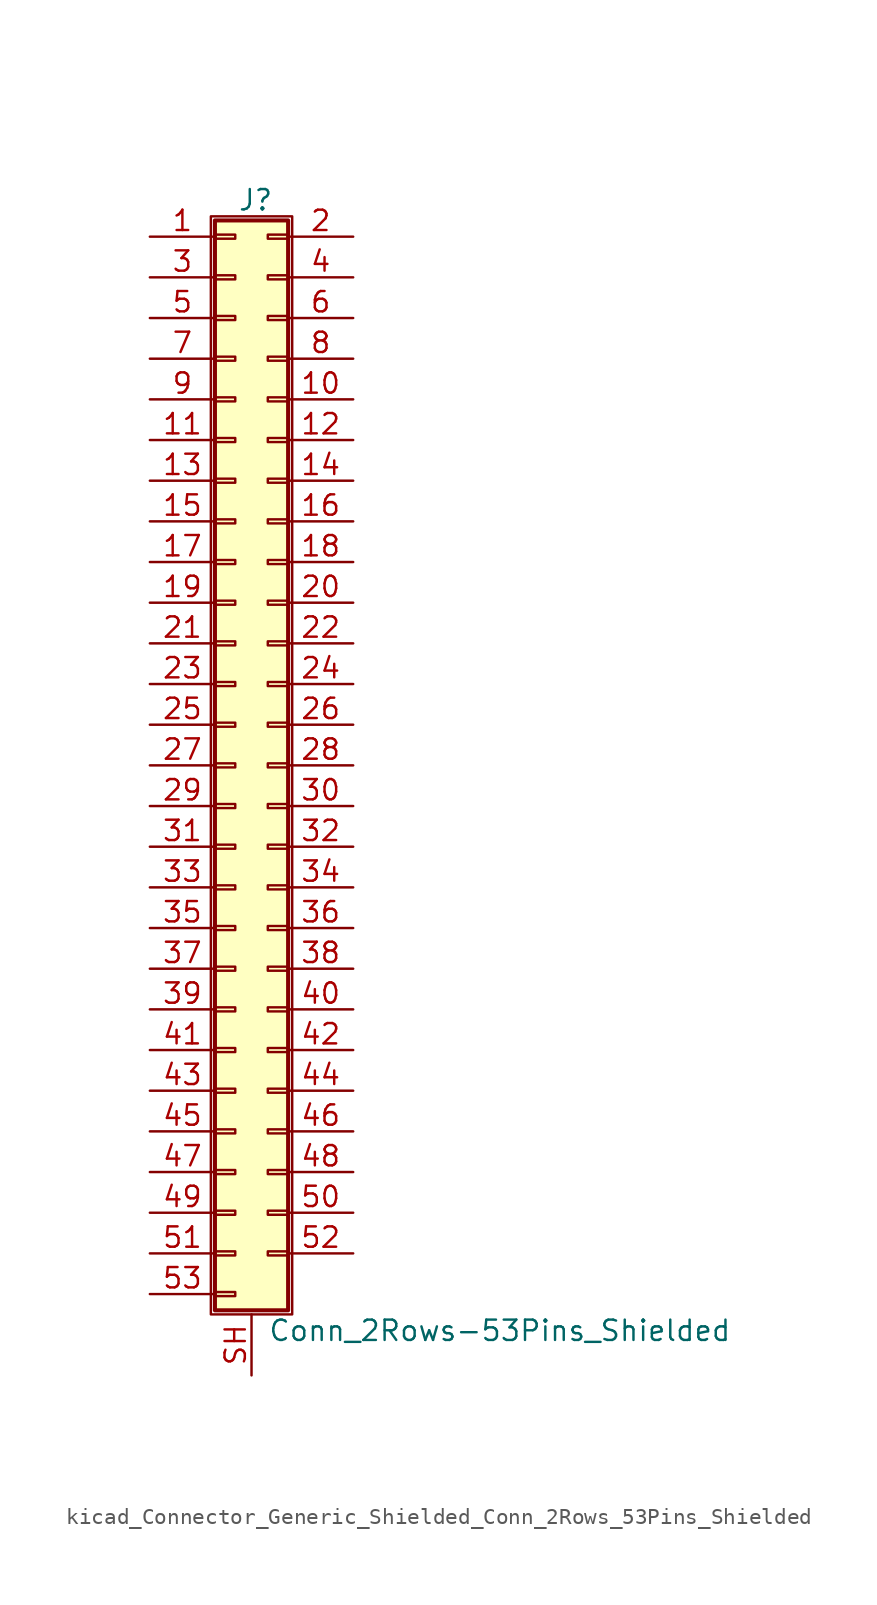
<source format=kicad_sym>
(kicad_symbol_lib
  (version 20220914)
  (generator kicad_symbol_editor)
  (symbol "kicad_Connector_Generic_Shielded_Conn_2Rows_53Pins_Shielded"
    (pin_names
      (offset 1.016) hide)
    (property "Reference" "J"
      (at 1.524 35.306 0)
      (effects (font (size 1.27 1.27))))
    (property "Value" "Conn_2Rows-53Pins_Shielded"
      (at 2.286 -35.306 0)
      (effects (font (size 1.27 1.27)) (justify left)))
    (symbol "kicad_Connector_Generic_Shielded_Conn_2Rows_53Pins_Shielded_1_1"
      (rectangle (start -1.27 34.29) (end 3.81 -34.29) (stroke (width 0.152) (type default)) (fill (type none)))
      (rectangle (start -1.016 -32.893) (end 0.254 -33.147) (stroke (width 0.152) (type default)) (fill (type none)))
      (rectangle (start -1.016 -30.353) (end 0.254 -30.607) (stroke (width 0.152) (type default)) (fill (type none)))
      (rectangle (start -1.016 -27.813) (end 0.254 -28.067) (stroke (width 0.152) (type default)) (fill (type none)))
      (rectangle (start -1.016 -25.273) (end 0.254 -25.527) (stroke (width 0.152) (type default)) (fill (type none)))
      (rectangle (start -1.016 -22.733) (end 0.254 -22.987) (stroke (width 0.152) (type default)) (fill (type none)))
      (rectangle (start -1.016 -20.193) (end 0.254 -20.447) (stroke (width 0.152) (type default)) (fill (type none)))
      (rectangle (start -1.016 -17.653) (end 0.254 -17.907) (stroke (width 0.152) (type default)) (fill (type none)))
      (rectangle (start -1.016 -15.113) (end 0.254 -15.367) (stroke (width 0.152) (type default)) (fill (type none)))
      (rectangle (start -1.016 -12.573) (end 0.254 -12.827) (stroke (width 0.152) (type default)) (fill (type none)))
      (rectangle (start -1.016 -10.033) (end 0.254 -10.287) (stroke (width 0.152) (type default)) (fill (type none)))
      (rectangle (start -1.016 -7.493) (end 0.254 -7.747) (stroke (width 0.152) (type default)) (fill (type none)))
      (rectangle (start -1.016 -4.953) (end 0.254 -5.207) (stroke (width 0.152) (type default)) (fill (type none)))
      (rectangle (start -1.016 -2.413) (end 0.254 -2.667) (stroke (width 0.152) (type default)) (fill (type none)))
      (rectangle (start -1.016 0.127) (end 0.254 -0.127) (stroke (width 0.152) (type default)) (fill (type none)))
      (rectangle (start -1.016 2.667) (end 0.254 2.413) (stroke (width 0.152) (type default)) (fill (type none)))
      (rectangle (start -1.016 5.207) (end 0.254 4.953) (stroke (width 0.152) (type default)) (fill (type none)))
      (rectangle (start -1.016 7.747) (end 0.254 7.493) (stroke (width 0.152) (type default)) (fill (type none)))
      (rectangle (start -1.016 10.287) (end 0.254 10.033) (stroke (width 0.152) (type default)) (fill (type none)))
      (rectangle (start -1.016 12.827) (end 0.254 12.573) (stroke (width 0.152) (type default)) (fill (type none)))
      (rectangle (start -1.016 15.367) (end 0.254 15.113) (stroke (width 0.152) (type default)) (fill (type none)))
      (rectangle (start -1.016 17.907) (end 0.254 17.653) (stroke (width 0.152) (type default)) (fill (type none)))
      (rectangle (start -1.016 20.447) (end 0.254 20.193) (stroke (width 0.152) (type default)) (fill (type none)))
      (rectangle (start -1.016 22.987) (end 0.254 22.733) (stroke (width 0.152) (type default)) (fill (type none)))
      (rectangle (start -1.016 25.527) (end 0.254 25.273) (stroke (width 0.152) (type default)) (fill (type none)))
      (rectangle (start -1.016 28.067) (end 0.254 27.813) (stroke (width 0.152) (type default)) (fill (type none)))
      (rectangle (start -1.016 30.607) (end 0.254 30.353) (stroke (width 0.152) (type default)) (fill (type none)))
      (rectangle (start -1.016 33.147) (end 0.254 32.893) (stroke (width 0.152) (type default)) (fill (type none)))
      (rectangle (start -1.016 34.036) (end 3.556 -34.036) (stroke (width 0.254) (type default)) (fill (type background)))
      (rectangle (start 3.556 -30.353) (end 2.286 -30.607) (stroke (width 0.152) (type default)) (fill (type none)))
      (rectangle (start 3.556 -27.813) (end 2.286 -28.067) (stroke (width 0.152) (type default)) (fill (type none)))
      (rectangle (start 3.556 -25.273) (end 2.286 -25.527) (stroke (width 0.152) (type default)) (fill (type none)))
      (rectangle (start 3.556 -22.733) (end 2.286 -22.987) (stroke (width 0.152) (type default)) (fill (type none)))
      (rectangle (start 3.556 -20.193) (end 2.286 -20.447) (stroke (width 0.152) (type default)) (fill (type none)))
      (rectangle (start 3.556 -17.653) (end 2.286 -17.907) (stroke (width 0.152) (type default)) (fill (type none)))
      (rectangle (start 3.556 -15.113) (end 2.286 -15.367) (stroke (width 0.152) (type default)) (fill (type none)))
      (rectangle (start 3.556 -12.573) (end 2.286 -12.827) (stroke (width 0.152) (type default)) (fill (type none)))
      (rectangle (start 3.556 -10.033) (end 2.286 -10.287) (stroke (width 0.152) (type default)) (fill (type none)))
      (rectangle (start 3.556 -7.493) (end 2.286 -7.747) (stroke (width 0.152) (type default)) (fill (type none)))
      (rectangle (start 3.556 -4.953) (end 2.286 -5.207) (stroke (width 0.152) (type default)) (fill (type none)))
      (rectangle (start 3.556 -2.413) (end 2.286 -2.667) (stroke (width 0.152) (type default)) (fill (type none)))
      (rectangle (start 3.556 0.127) (end 2.286 -0.127) (stroke (width 0.152) (type default)) (fill (type none)))
      (rectangle (start 3.556 2.667) (end 2.286 2.413) (stroke (width 0.152) (type default)) (fill (type none)))
      (rectangle (start 3.556 5.207) (end 2.286 4.953) (stroke (width 0.152) (type default)) (fill (type none)))
      (rectangle (start 3.556 7.747) (end 2.286 7.493) (stroke (width 0.152) (type default)) (fill (type none)))
      (rectangle (start 3.556 10.287) (end 2.286 10.033) (stroke (width 0.152) (type default)) (fill (type none)))
      (rectangle (start 3.556 12.827) (end 2.286 12.573) (stroke (width 0.152) (type default)) (fill (type none)))
      (rectangle (start 3.556 15.367) (end 2.286 15.113) (stroke (width 0.152) (type default)) (fill (type none)))
      (rectangle (start 3.556 17.907) (end 2.286 17.653) (stroke (width 0.152) (type default)) (fill (type none)))
      (rectangle (start 3.556 20.447) (end 2.286 20.193) (stroke (width 0.152) (type default)) (fill (type none)))
      (rectangle (start 3.556 22.987) (end 2.286 22.733) (stroke (width 0.152) (type default)) (fill (type none)))
      (rectangle (start 3.556 25.527) (end 2.286 25.273) (stroke (width 0.152) (type default)) (fill (type none)))
      (rectangle (start 3.556 28.067) (end 2.286 27.813) (stroke (width 0.152) (type default)) (fill (type none)))
      (rectangle (start 3.556 30.607) (end 2.286 30.353) (stroke (width 0.152) (type default)) (fill (type none)))
      (rectangle (start 3.556 33.147) (end 2.286 32.893) (stroke (width 0.152) (type default)) (fill (type none)))
      (pin passive line (at -5.08 33.02 0) (length 4.064) (name "Pin_1" (effects (font (size 1.27 1.27)))) (number "1" (effects (font (size 1.27 1.27)))))
      (pin passive line (at 7.62 22.86 180) (length 4.064) (name "Pin_10" (effects (font (size 1.27 1.27)))) (number "10" (effects (font (size 1.27 1.27)))))
      (pin passive line (at -5.08 20.32 0) (length 4.064) (name "Pin_11" (effects (font (size 1.27 1.27)))) (number "11" (effects (font (size 1.27 1.27)))))
      (pin passive line (at 7.62 20.32 180) (length 4.064) (name "Pin_12" (effects (font (size 1.27 1.27)))) (number "12" (effects (font (size 1.27 1.27)))))
      (pin passive line (at -5.08 17.78 0) (length 4.064) (name "Pin_13" (effects (font (size 1.27 1.27)))) (number "13" (effects (font (size 1.27 1.27)))))
      (pin passive line (at 7.62 17.78 180) (length 4.064) (name "Pin_14" (effects (font (size 1.27 1.27)))) (number "14" (effects (font (size 1.27 1.27)))))
      (pin passive line (at -5.08 15.24 0) (length 4.064) (name "Pin_15" (effects (font (size 1.27 1.27)))) (number "15" (effects (font (size 1.27 1.27)))))
      (pin passive line (at 7.62 15.24 180) (length 4.064) (name "Pin_16" (effects (font (size 1.27 1.27)))) (number "16" (effects (font (size 1.27 1.27)))))
      (pin passive line (at -5.08 12.7 0) (length 4.064) (name "Pin_17" (effects (font (size 1.27 1.27)))) (number "17" (effects (font (size 1.27 1.27)))))
      (pin passive line (at 7.62 12.7 180) (length 4.064) (name "Pin_18" (effects (font (size 1.27 1.27)))) (number "18" (effects (font (size 1.27 1.27)))))
      (pin passive line (at -5.08 10.16 0) (length 4.064) (name "Pin_19" (effects (font (size 1.27 1.27)))) (number "19" (effects (font (size 1.27 1.27)))))
      (pin passive line (at 7.62 33.02 180) (length 4.064) (name "Pin_2" (effects (font (size 1.27 1.27)))) (number "2" (effects (font (size 1.27 1.27)))))
      (pin passive line (at 7.62 10.16 180) (length 4.064) (name "Pin_20" (effects (font (size 1.27 1.27)))) (number "20" (effects (font (size 1.27 1.27)))))
      (pin passive line (at -5.08 7.62 0) (length 4.064) (name "Pin_21" (effects (font (size 1.27 1.27)))) (number "21" (effects (font (size 1.27 1.27)))))
      (pin passive line (at 7.62 7.62 180) (length 4.064) (name "Pin_22" (effects (font (size 1.27 1.27)))) (number "22" (effects (font (size 1.27 1.27)))))
      (pin passive line (at -5.08 5.08 0) (length 4.064) (name "Pin_23" (effects (font (size 1.27 1.27)))) (number "23" (effects (font (size 1.27 1.27)))))
      (pin passive line (at 7.62 5.08 180) (length 4.064) (name "Pin_24" (effects (font (size 1.27 1.27)))) (number "24" (effects (font (size 1.27 1.27)))))
      (pin passive line (at -5.08 2.54 0) (length 4.064) (name "Pin_25" (effects (font (size 1.27 1.27)))) (number "25" (effects (font (size 1.27 1.27)))))
      (pin passive line (at 7.62 2.54 180) (length 4.064) (name "Pin_26" (effects (font (size 1.27 1.27)))) (number "26" (effects (font (size 1.27 1.27)))))
      (pin passive line (at -5.08 0 0) (length 4.064) (name "Pin_27" (effects (font (size 1.27 1.27)))) (number "27" (effects (font (size 1.27 1.27)))))
      (pin passive line (at 7.62 0 180) (length 4.064) (name "Pin_28" (effects (font (size 1.27 1.27)))) (number "28" (effects (font (size 1.27 1.27)))))
      (pin passive line (at -5.08 -2.54 0) (length 4.064) (name "Pin_29" (effects (font (size 1.27 1.27)))) (number "29" (effects (font (size 1.27 1.27)))))
      (pin passive line (at -5.08 30.48 0) (length 4.064) (name "Pin_3" (effects (font (size 1.27 1.27)))) (number "3" (effects (font (size 1.27 1.27)))))
      (pin passive line (at 7.62 -2.54 180) (length 4.064) (name "Pin_30" (effects (font (size 1.27 1.27)))) (number "30" (effects (font (size 1.27 1.27)))))
      (pin passive line (at -5.08 -5.08 0) (length 4.064) (name "Pin_31" (effects (font (size 1.27 1.27)))) (number "31" (effects (font (size 1.27 1.27)))))
      (pin passive line (at 7.62 -5.08 180) (length 4.064) (name "Pin_32" (effects (font (size 1.27 1.27)))) (number "32" (effects (font (size 1.27 1.27)))))
      (pin passive line (at -5.08 -7.62 0) (length 4.064) (name "Pin_33" (effects (font (size 1.27 1.27)))) (number "33" (effects (font (size 1.27 1.27)))))
      (pin passive line (at 7.62 -7.62 180) (length 4.064) (name "Pin_34" (effects (font (size 1.27 1.27)))) (number "34" (effects (font (size 1.27 1.27)))))
      (pin passive line (at -5.08 -10.16 0) (length 4.064) (name "Pin_35" (effects (font (size 1.27 1.27)))) (number "35" (effects (font (size 1.27 1.27)))))
      (pin passive line (at 7.62 -10.16 180) (length 4.064) (name "Pin_36" (effects (font (size 1.27 1.27)))) (number "36" (effects (font (size 1.27 1.27)))))
      (pin passive line (at -5.08 -12.7 0) (length 4.064) (name "Pin_37" (effects (font (size 1.27 1.27)))) (number "37" (effects (font (size 1.27 1.27)))))
      (pin passive line (at 7.62 -12.7 180) (length 4.064) (name "Pin_38" (effects (font (size 1.27 1.27)))) (number "38" (effects (font (size 1.27 1.27)))))
      (pin passive line (at -5.08 -15.24 0) (length 4.064) (name "Pin_39" (effects (font (size 1.27 1.27)))) (number "39" (effects (font (size 1.27 1.27)))))
      (pin passive line (at 7.62 30.48 180) (length 4.064) (name "Pin_4" (effects (font (size 1.27 1.27)))) (number "4" (effects (font (size 1.27 1.27)))))
      (pin passive line (at 7.62 -15.24 180) (length 4.064) (name "Pin_40" (effects (font (size 1.27 1.27)))) (number "40" (effects (font (size 1.27 1.27)))))
      (pin passive line (at -5.08 -17.78 0) (length 4.064) (name "Pin_41" (effects (font (size 1.27 1.27)))) (number "41" (effects (font (size 1.27 1.27)))))
      (pin passive line (at 7.62 -17.78 180) (length 4.064) (name "Pin_42" (effects (font (size 1.27 1.27)))) (number "42" (effects (font (size 1.27 1.27)))))
      (pin passive line (at -5.08 -20.32 0) (length 4.064) (name "Pin_43" (effects (font (size 1.27 1.27)))) (number "43" (effects (font (size 1.27 1.27)))))
      (pin passive line (at 7.62 -20.32 180) (length 4.064) (name "Pin_44" (effects (font (size 1.27 1.27)))) (number "44" (effects (font (size 1.27 1.27)))))
      (pin passive line (at -5.08 -22.86 0) (length 4.064) (name "Pin_45" (effects (font (size 1.27 1.27)))) (number "45" (effects (font (size 1.27 1.27)))))
      (pin passive line (at 7.62 -22.86 180) (length 4.064) (name "Pin_46" (effects (font (size 1.27 1.27)))) (number "46" (effects (font (size 1.27 1.27)))))
      (pin passive line (at -5.08 -25.4 0) (length 4.064) (name "Pin_47" (effects (font (size 1.27 1.27)))) (number "47" (effects (font (size 1.27 1.27)))))
      (pin passive line (at 7.62 -25.4 180) (length 4.064) (name "Pin_48" (effects (font (size 1.27 1.27)))) (number "48" (effects (font (size 1.27 1.27)))))
      (pin passive line (at -5.08 -27.94 0) (length 4.064) (name "Pin_49" (effects (font (size 1.27 1.27)))) (number "49" (effects (font (size 1.27 1.27)))))
      (pin passive line (at -5.08 27.94 0) (length 4.064) (name "Pin_5" (effects (font (size 1.27 1.27)))) (number "5" (effects (font (size 1.27 1.27)))))
      (pin passive line (at 7.62 -27.94 180) (length 4.064) (name "Pin_50" (effects (font (size 1.27 1.27)))) (number "50" (effects (font (size 1.27 1.27)))))
      (pin passive line (at -5.08 -30.48 0) (length 4.064) (name "Pin_51" (effects (font (size 1.27 1.27)))) (number "51" (effects (font (size 1.27 1.27)))))
      (pin passive line (at 7.62 -30.48 180) (length 4.064) (name "Pin_52" (effects (font (size 1.27 1.27)))) (number "52" (effects (font (size 1.27 1.27)))))
      (pin passive line (at -5.08 -33.02 0) (length 4.064) (name "Pin_53" (effects (font (size 1.27 1.27)))) (number "53" (effects (font (size 1.27 1.27)))))
      (pin passive line (at 7.62 27.94 180) (length 4.064) (name "Pin_6" (effects (font (size 1.27 1.27)))) (number "6" (effects (font (size 1.27 1.27)))))
      (pin passive line (at -5.08 25.4 0) (length 4.064) (name "Pin_7" (effects (font (size 1.27 1.27)))) (number "7" (effects (font (size 1.27 1.27)))))
      (pin passive line (at 7.62 25.4 180) (length 4.064) (name "Pin_8" (effects (font (size 1.27 1.27)))) (number "8" (effects (font (size 1.27 1.27)))))
      (pin passive line (at -5.08 22.86 0) (length 4.064) (name "Pin_9" (effects (font (size 1.27 1.27)))) (number "9" (effects (font (size 1.27 1.27)))))
      (pin passive line (at 1.27 -38.1 90) (length 3.81) (name "Shield" (effects (font (size 1.27 1.27)))) (number "SH" (effects (font (size 1.27 1.27))))))))
</source>
